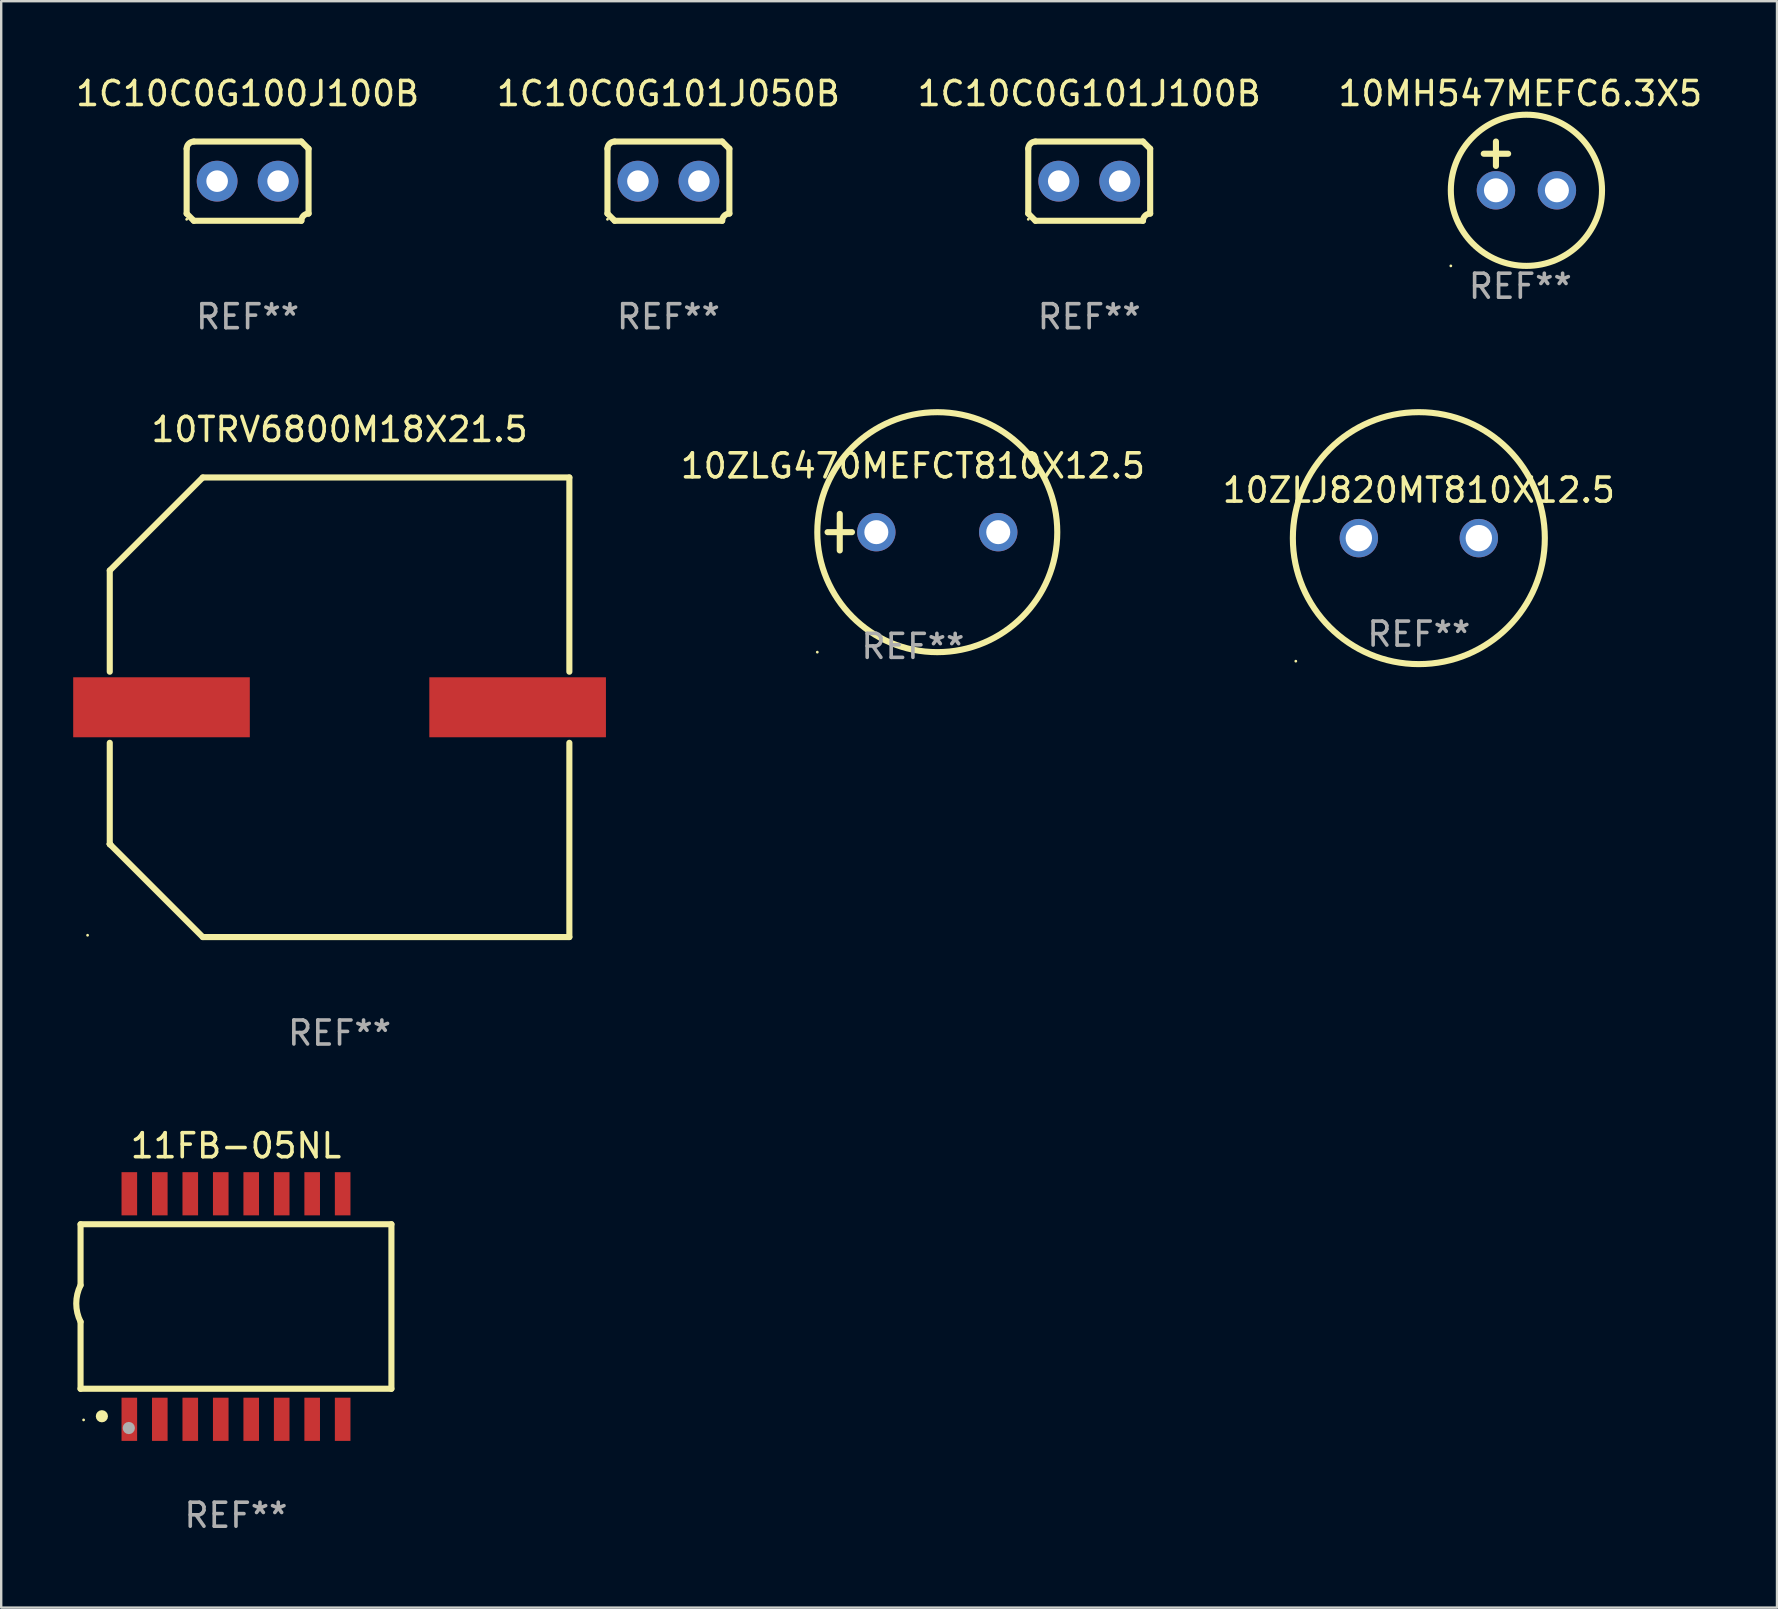
<source format=kicad_pcb>
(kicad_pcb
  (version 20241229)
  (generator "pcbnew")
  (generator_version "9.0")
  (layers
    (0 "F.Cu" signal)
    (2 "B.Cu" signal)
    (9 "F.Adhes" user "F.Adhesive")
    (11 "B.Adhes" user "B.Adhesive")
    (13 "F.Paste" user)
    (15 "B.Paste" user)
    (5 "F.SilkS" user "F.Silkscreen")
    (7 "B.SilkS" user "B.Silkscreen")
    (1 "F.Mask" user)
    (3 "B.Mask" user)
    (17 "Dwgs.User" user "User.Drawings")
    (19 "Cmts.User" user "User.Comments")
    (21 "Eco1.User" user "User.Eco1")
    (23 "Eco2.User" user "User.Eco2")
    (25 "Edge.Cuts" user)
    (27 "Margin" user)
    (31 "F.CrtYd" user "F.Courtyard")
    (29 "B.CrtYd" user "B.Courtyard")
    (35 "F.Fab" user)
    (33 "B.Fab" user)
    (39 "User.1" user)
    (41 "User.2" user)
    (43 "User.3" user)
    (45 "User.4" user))
  (footprint "10ZLJ820MT810X12.5"
    (layer "F.Cu")
    (at 56.075 19.375)
    (property "Reference" "10ZLJ820MT810X12.5" (at 0 -2 0) (layer "F.SilkS") (effects (font (size 1 1) (thickness 0.15))))
    (attr through_hole)
    (fp_circle (center -5.127 5.127) (end -5.097 5.127) (stroke (width 0.06) (type solid)) (fill no) (layer "F.SilkS"))
    (fp_circle (center 0.000051 0.000025) (end 5.25 0.000025) (stroke (width 0.254) (type solid)) (fill no) (layer "F.SilkS"))
    (fp_text user "REF**" (at 0 4 0) (layer "F.Fab") (effects (font (size 1 1) (thickness 0.15))))
    (pad "1" thru_hole circle (at -2.5 0) (size 1.6 1.6) (drill 1.1) (layers "*.Cu" "*.Mask"))
    (pad "2" thru_hole circle (at 2.5 0) (size 1.6 1.6) (drill 1.1) (layers "*.Cu" "*.Mask")))
  (footprint "1C10C0G101J100B"
    (layer "F.Cu")
    (at 42.339 4.499)
    (property "Reference" "1C10C0G101J100B" (at 0 -3.651 0) (layer "F.SilkS") (effects (font (size 1 1) (thickness 0.15))))
    (attr through_hole)
    (fp_line (start -2.54 -1.351) (end -2.54 1.351) (stroke (width 0.254) (type solid)) (layer "F.SilkS"))
    (fp_line (start -2.24 -1.651) (end 2.24 -1.651) (stroke (width 0.254) (type solid)) (layer "F.SilkS"))
    (fp_line (start 2.24 1.651) (end -2.24 1.651) (stroke (width 0.254) (type solid)) (layer "F.SilkS"))
    (fp_line (start 2.54 1.351) (end 2.54 -1.351) (stroke (width 0.254) (type solid)) (layer "F.SilkS"))
    (fp_arc (start -2.540005 -1.351283) (mid -2.450115 -1.561309) (end -2.240005 -1.651003) (stroke (width 0.254001) (type solid)) (layer "F.SilkS"))
    (fp_arc (start -2.240287 1.651001) (mid -2.390163 1.501019) (end -2.540005 1.351003) (stroke (width 0.254001) (type solid)) (layer "F.SilkS"))
    (fp_arc (start 2.240005 1.651003) (mid 2.329934 1.441015) (end 2.540005 1.351282) (stroke (width 0.254001) (type solid)) (layer "F.SilkS"))
    (fp_arc (start 2.540005 -1.351003) (mid 2.389393 -1.500252) (end 2.240284 -1.651003) (stroke (width 0.254001) (type solid)) (layer "F.SilkS"))
    (fp_circle (center -2.54 1.59) (end -2.51 1.59) (stroke (width 0.06) (type solid)) (fill no) (layer "F.SilkS"))
    (fp_text user "REF**" (at 0 5.651 0) (layer "F.Fab") (effects (font (size 1 1) (thickness 0.15))))
    (pad "1" thru_hole circle (at -1.27 0) (size 1.7 1.7) (drill 0.9) (layers "*.Cu" "*.Mask"))
    (pad "2" thru_hole circle (at 1.27 0) (size 1.7 1.7) (drill 0.9) (layers "*.Cu" "*.Mask")))
  (footprint "10MH547MEFC6.3X5"
    (layer "F.Cu")
    (at 60.304 3.864)
    (property "Reference" "10MH547MEFC6.3X5" (at 0 -3.016 0) (layer "F.SilkS") (effects (font (size 1 1) (thickness 0.15))))
    (attr through_hole)
    (fp_line (start -1.524 -0.508) (end -0.508 -0.508) (stroke (width 0.254) (type solid)) (layer "F.SilkS"))
    (fp_line (start -1.016 -1.016) (end -1.016 0) (stroke (width 0.254) (type solid)) (layer "F.SilkS"))
    (fp_circle (center -2.896 4.166) (end -2.866 4.166) (stroke (width 0.06) (type solid)) (fill no) (layer "F.SilkS"))
    (fp_circle (center 0.254 1.016) (end 3.404 1.016) (stroke (width 0.254) (type solid)) (fill no) (layer "F.SilkS"))
    (fp_text user "REF**" (at 0 5.016 0) (layer "F.Fab") (effects (font (size 1 1) (thickness 0.15))))
    (pad "1" thru_hole circle (at -1.016 1.016) (size 1.6 1.6) (drill 1) (layers "*.Cu" "*.Mask"))
    (pad "2" thru_hole circle (at 1.524 1.016) (size 1.6 1.6) (drill 1) (layers "*.Cu" "*.Mask")))
  (footprint "1C10C0G101J050B"
    (layer "F.Cu")
    (at 24.804 4.499)
    (property "Reference" "1C10C0G101J050B" (at 0 -3.651 0) (layer "F.SilkS") (effects (font (size 1 1) (thickness 0.15))))
    (attr through_hole)
    (fp_line (start -2.54 -1.351) (end -2.54 1.351) (stroke (width 0.254) (type solid)) (layer "F.SilkS"))
    (fp_line (start -2.24 -1.651) (end 2.24 -1.651) (stroke (width 0.254) (type solid)) (layer "F.SilkS"))
    (fp_line (start 2.24 1.651) (end -2.24 1.651) (stroke (width 0.254) (type solid)) (layer "F.SilkS"))
    (fp_line (start 2.54 1.351) (end 2.54 -1.351) (stroke (width 0.254) (type solid)) (layer "F.SilkS"))
    (fp_arc (start -2.540005 -1.351283) (mid -2.450115 -1.561309) (end -2.240005 -1.651003) (stroke (width 0.254001) (type solid)) (layer "F.SilkS"))
    (fp_arc (start -2.240287 1.651001) (mid -2.390163 1.501019) (end -2.540005 1.351003) (stroke (width 0.254001) (type solid)) (layer "F.SilkS"))
    (fp_arc (start 2.240005 1.651003) (mid 2.329934 1.441015) (end 2.540005 1.351282) (stroke (width 0.254001) (type solid)) (layer "F.SilkS"))
    (fp_arc (start 2.540005 -1.351003) (mid 2.389393 -1.500252) (end 2.240284 -1.651003) (stroke (width 0.254001) (type solid)) (layer "F.SilkS"))
    (fp_circle (center -2.54 1.59) (end -2.51 1.59) (stroke (width 0.06) (type solid)) (fill no) (layer "F.SilkS"))
    (fp_text user "REF**" (at 0 5.651 0) (layer "F.Fab") (effects (font (size 1 1) (thickness 0.15))))
    (pad "1" thru_hole circle (at -1.27 0) (size 1.7 1.7) (drill 0.9) (layers "*.Cu" "*.Mask"))
    (pad "2" thru_hole circle (at 1.27 0) (size 1.7 1.7) (drill 0.9) (layers "*.Cu" "*.Mask")))
  (footprint "10ZLG470MEFCT810X12.5"
    (layer "F.Cu")
    (at 34.992 19.126)
    (property "Reference" "10ZLG470MEFCT810X12.5" (at 0 -2.762 0) (layer "F.SilkS") (effects (font (size 1 1) (thickness 0.15))))
    (attr through_hole)
    (fp_line (start -3.556 0) (end -2.54 0) (stroke (width 0.254) (type solid)) (layer "F.SilkS"))
    (fp_line (start -3.048 -0.762) (end -3.048 0.762) (stroke (width 0.254) (type solid)) (layer "F.SilkS"))
    (fp_circle (center -3.984 5) (end -3.954 5) (stroke (width 0.06) (type solid)) (fill no) (layer "F.SilkS"))
    (fp_circle (center 1.016 0) (end 6.016 0) (stroke (width 0.254) (type solid)) (fill no) (layer "F.SilkS"))
    (fp_text user "REF**" (at 0 4.762 0) (layer "F.Fab") (effects (font (size 1 1) (thickness 0.15))))
    (pad "1" thru_hole circle (at -1.524 0) (size 1.6 1.6) (drill 1) (layers "*.Cu" "*.Mask"))
    (pad "2" thru_hole circle (at 3.556 0) (size 1.6 1.6) (drill 1) (layers "*.Cu" "*.Mask")))
  (footprint "1C10C0G100J100B"
    (layer "F.Cu")
    (at 7.268 4.499)
    (property "Reference" "1C10C0G100J100B" (at 0 -3.651 0) (layer "F.SilkS") (effects (font (size 1 1) (thickness 0.15))))
    (attr through_hole)
    (fp_line (start -2.54 -1.351) (end -2.54 1.351) (stroke (width 0.254) (type solid)) (layer "F.SilkS"))
    (fp_line (start -2.24 -1.651) (end 2.24 -1.651) (stroke (width 0.254) (type solid)) (layer "F.SilkS"))
    (fp_line (start 2.24 1.651) (end -2.24 1.651) (stroke (width 0.254) (type solid)) (layer "F.SilkS"))
    (fp_line (start 2.54 1.351) (end 2.54 -1.351) (stroke (width 0.254) (type solid)) (layer "F.SilkS"))
    (fp_arc (start -2.540005 -1.351283) (mid -2.450115 -1.561309) (end -2.240005 -1.651003) (stroke (width 0.254001) (type solid)) (layer "F.SilkS"))
    (fp_arc (start -2.240287 1.651001) (mid -2.390163 1.501019) (end -2.540005 1.351003) (stroke (width 0.254001) (type solid)) (layer "F.SilkS"))
    (fp_arc (start 2.240005 1.651003) (mid 2.329934 1.441015) (end 2.540005 1.351282) (stroke (width 0.254001) (type solid)) (layer "F.SilkS"))
    (fp_arc (start 2.540005 -1.351003) (mid 2.389393 -1.500252) (end 2.240284 -1.651003) (stroke (width 0.254001) (type solid)) (layer "F.SilkS"))
    (fp_circle (center -2.54 1.59) (end -2.51 1.59) (stroke (width 0.06) (type solid)) (fill no) (layer "F.SilkS"))
    (fp_text user "REF**" (at 0 5.651 0) (layer "F.Fab") (effects (font (size 1 1) (thickness 0.15))))
    (pad "1" thru_hole circle (at -1.27 0) (size 1.7 1.7) (drill 0.9) (layers "*.Cu" "*.Mask"))
    (pad "2" thru_hole circle (at 1.27 0) (size 1.7 1.7) (drill 0.9) (layers "*.Cu" "*.Mask")))
  (footprint "10TRV6800M18X21.5"
    (layer "F.Cu")
    (at 11.1 26.423)
    (property "Reference" "10TRV6800M18X21.5" (at 0 -11.576 0) (layer "F.SilkS") (effects (font (size 1 1) (thickness 0.15))))
    (attr through_hole)
    (fp_line (start -9.576 -5.7) (end -9.576 -1.481) (stroke (width 0.254) (type solid)) (layer "F.SilkS"))
    (fp_line (start -9.576 1.481) (end -9.576 5.7) (stroke (width 0.254) (type solid)) (layer "F.SilkS"))
    (fp_line (start -9.576 5.7) (end -9.576 5.7) (stroke (width 0.254) (type solid)) (layer "F.SilkS"))
    (fp_line (start -9.576 5.7) (end -9.532 5.744) (stroke (width 0.254) (type solid)) (layer "F.SilkS"))
    (fp_line (start -9.576 5.7) (end -5.7 9.576) (stroke (width 0.254) (type solid)) (layer "F.SilkS"))
    (fp_line (start -5.7 9.576) (end 9.576 9.576) (stroke (width 0.254) (type solid)) (layer "F.SilkS"))
    (fp_line (start -5.7 -9.576) (end -9.576 -5.7) (stroke (width 0.254) (type solid)) (layer "F.SilkS"))
    (fp_line (start 9.576 -9.576) (end -5.7 -9.576) (stroke (width 0.254) (type solid)) (layer "F.SilkS"))
    (fp_line (start 9.576 -1.481) (end 9.576 -9.576) (stroke (width 0.254) (type solid)) (layer "F.SilkS"))
    (fp_line (start 9.576 9.576) (end 9.576 1.481) (stroke (width 0.254) (type solid)) (layer "F.SilkS"))
    (fp_circle (center -10.5 9.5) (end -10.47 9.5) (stroke (width 0.06) (type solid)) (fill no) (layer "F.SilkS"))
    (fp_text user "REF**" (at 0 13.576 0) (layer "F.Fab") (effects (font (size 1 1) (thickness 0.15))))
    (pad "1" smd rect (at -7.42 -0.000064) (size 7.36 2.5) (layers "F.Cu" "F.Mask" "F.Paste"))
    (pad "2" smd rect (at 7.42 -0.000064) (size 7.36 2.5) (layers "F.Cu" "F.Mask" "F.Paste")))
  (footprint "11FB-05NL"
    (layer "F.Cu")
    (at 6.783 51.395)
    (property "Reference" "11FB-05NL" (at 0 -6.699 0) (layer "F.SilkS") (effects (font (size 1 1) (thickness 0.15))))
    (attr through_hole)
    (fp_line (start -6.476 -3.429) (end -6.476 -0.889) (stroke (width 0.254) (type solid)) (layer "F.SilkS"))
    (fp_line (start -6.476 -3.429) (end 6.478 -3.429) (stroke (width 0.254) (type solid)) (layer "F.SilkS"))
    (fp_line (start -6.476 3.429) (end -6.476 0.635) (stroke (width 0.254) (type solid)) (layer "F.SilkS"))
    (fp_line (start 6.476 3.426) (end -6.478 3.426) (stroke (width 0.254) (type solid)) (layer "F.SilkS"))
    (fp_line (start 6.478 -3.429) (end 6.478 3.429) (stroke (width 0.254) (type solid)) (layer "F.SilkS"))
    (fp_arc (start -6.475743 0.635001) (mid -6.655627 -0.127) (end -6.475743 -0.889002) (stroke (width 0.254001) (type solid)) (layer "F.SilkS"))
    (fp_circle (center -6.349 4.725) (end -6.319 4.725) (stroke (width 0.06) (type solid)) (fill no) (layer "F.SilkS"))
    (fp_circle (center -5.587 4.572) (end -5.46 4.572) (stroke (width 0.254) (type solid)) (fill no) (layer "F.SilkS"))
    (fp_circle (center -4.465 5.063) (end -4.338 5.063) (stroke (width 0.254) (type solid)) (fill no) (layer "F.Fab"))
    (fp_text user "REF**" (at 0 8.699 0) (layer "F.Fab") (effects (font (size 1 1) (thickness 0.15))))
    (pad "1" smd rect (at -4.444 4.699) (size 0.65 1.8) (layers "F.Cu" "F.Mask" "F.Paste"))
    (pad "2" smd rect (at -3.174 4.699) (size 0.65 1.8) (layers "F.Cu" "F.Mask" "F.Paste"))
    (pad "3" smd rect (at -1.904 4.699) (size 0.65 1.8) (layers "F.Cu" "F.Mask" "F.Paste"))
    (pad "4" smd rect (at -0.634 4.699) (size 0.65 1.8) (layers "F.Cu" "F.Mask" "F.Paste"))
    (pad "5" smd rect (at 0.636 4.699) (size 0.65 1.8) (layers "F.Cu" "F.Mask" "F.Paste"))
    (pad "6" smd rect (at 1.906 4.699) (size 0.65 1.8) (layers "F.Cu" "F.Mask" "F.Paste"))
    (pad "7" smd rect (at 3.176 4.699) (size 0.65 1.8) (layers "F.Cu" "F.Mask" "F.Paste"))
    (pad "8" smd rect (at 4.446 4.699) (size 0.65 1.8) (layers "F.Cu" "F.Mask" "F.Paste"))
    (pad "9" smd rect (at 4.446 -4.699) (size 0.65 1.8) (layers "F.Cu" "F.Mask" "F.Paste"))
    (pad "10" smd rect (at 3.176 -4.699) (size 0.65 1.8) (layers "F.Cu" "F.Mask" "F.Paste"))
    (pad "11" smd rect (at 1.906 -4.699) (size 0.65 1.8) (layers "F.Cu" "F.Mask" "F.Paste"))
    (pad "12" smd rect (at 0.636 -4.699) (size 0.65 1.8) (layers "F.Cu" "F.Mask" "F.Paste"))
    (pad "13" smd rect (at -0.634 -4.699) (size 0.65 1.8) (layers "F.Cu" "F.Mask" "F.Paste"))
    (pad "14" smd rect (at -1.904 -4.699) (size 0.65 1.8) (layers "F.Cu" "F.Mask" "F.Paste"))
    (pad "15" smd rect (at -3.174 -4.699) (size 0.65 1.8) (layers "F.Cu" "F.Mask" "F.Paste"))
    (pad "16" smd rect (at -4.444 -4.699) (size 0.65 1.8) (layers "F.Cu" "F.Mask" "F.Paste")))
  (gr_rect
    (start -3 -3)
    (end 71 63.942)
    (stroke (width 0.1) (type default))
    (fill no)
    (layer "Edge.Cuts")))
</source>
